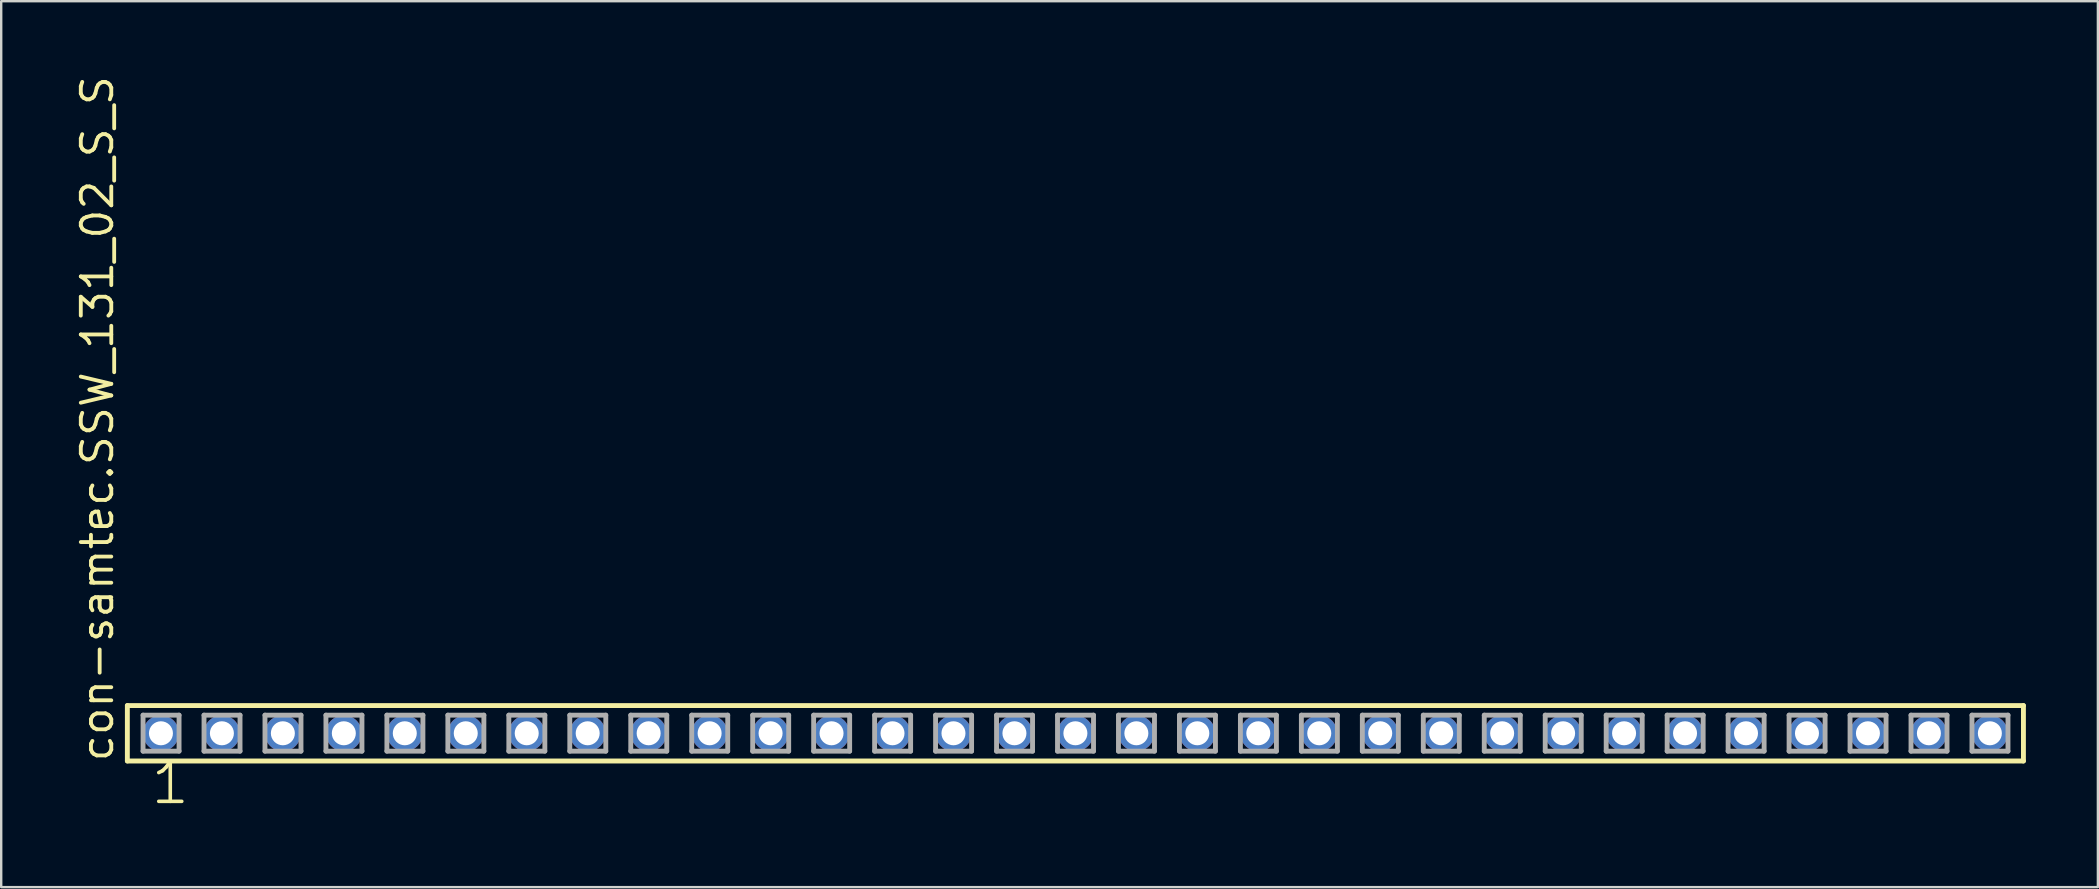
<source format=kicad_pcb>
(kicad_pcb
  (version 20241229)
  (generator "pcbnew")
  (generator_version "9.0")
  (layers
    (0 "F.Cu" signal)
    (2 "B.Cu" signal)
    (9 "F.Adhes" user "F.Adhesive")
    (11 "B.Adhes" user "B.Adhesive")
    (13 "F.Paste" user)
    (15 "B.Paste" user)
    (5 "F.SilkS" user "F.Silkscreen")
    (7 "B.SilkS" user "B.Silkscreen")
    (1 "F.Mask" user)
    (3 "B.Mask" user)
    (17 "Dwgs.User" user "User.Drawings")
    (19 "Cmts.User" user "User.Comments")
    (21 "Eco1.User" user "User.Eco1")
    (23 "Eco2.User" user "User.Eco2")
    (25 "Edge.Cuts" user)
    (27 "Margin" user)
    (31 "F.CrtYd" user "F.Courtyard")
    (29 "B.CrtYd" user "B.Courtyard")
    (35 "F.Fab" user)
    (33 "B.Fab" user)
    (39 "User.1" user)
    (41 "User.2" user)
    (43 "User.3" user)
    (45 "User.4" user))
  (footprint "con-samtec.SSW_131_02_S_S"
    (layer "F.Cu")
    (at 64.615 27.501)
    (property "Reference" "con-samtec.SSW_131_02_S_S" (at -62.865 1.27 90) (layer "F.SilkS") (effects (font (size 1.27 1.27) (thickness 0.16)) (justify left bottom)))
    (attr through_hole)
    (fp_line (start -62.359 -1.155) (end 16.639 -1.155) (stroke (width 0.203) (type default)) (layer "F.SilkS"))
    (fp_line (start -62.359 1.155) (end -62.359 -1.155) (stroke (width 0.203) (type default)) (layer "F.SilkS"))
    (fp_line (start 16.639 -1.155) (end 16.639 1.155) (stroke (width 0.203) (type default)) (layer "F.SilkS"))
    (fp_line (start 16.639 1.155) (end -62.359 1.155) (stroke (width 0.203) (type default)) (layer "F.SilkS"))
    (fp_line (start -61.705 -0.755) (end -60.205 -0.755) (stroke (width 0.203) (type default)) (layer "F.Fab"))
    (fp_line (start -61.705 0.745) (end -61.705 -0.755) (stroke (width 0.203) (type default)) (layer "F.Fab"))
    (fp_line (start -60.205 -0.755) (end -60.205 0.745) (stroke (width 0.203) (type default)) (layer "F.Fab"))
    (fp_line (start -60.205 0.745) (end -61.705 0.745) (stroke (width 0.203) (type default)) (layer "F.Fab"))
    (fp_line (start -59.165 -0.755) (end -57.665 -0.755) (stroke (width 0.203) (type default)) (layer "F.Fab"))
    (fp_line (start -59.165 0.745) (end -59.165 -0.755) (stroke (width 0.203) (type default)) (layer "F.Fab"))
    (fp_line (start -57.665 -0.755) (end -57.665 0.745) (stroke (width 0.203) (type default)) (layer "F.Fab"))
    (fp_line (start -57.665 0.745) (end -59.165 0.745) (stroke (width 0.203) (type default)) (layer "F.Fab"))
    (fp_line (start -56.625 -0.755) (end -55.125 -0.755) (stroke (width 0.203) (type default)) (layer "F.Fab"))
    (fp_line (start -56.625 0.745) (end -56.625 -0.755) (stroke (width 0.203) (type default)) (layer "F.Fab"))
    (fp_line (start -55.125 -0.755) (end -55.125 0.745) (stroke (width 0.203) (type default)) (layer "F.Fab"))
    (fp_line (start -55.125 0.745) (end -56.625 0.745) (stroke (width 0.203) (type default)) (layer "F.Fab"))
    (fp_line (start -54.085 -0.755) (end -52.585 -0.755) (stroke (width 0.203) (type default)) (layer "F.Fab"))
    (fp_line (start -54.085 0.745) (end -54.085 -0.755) (stroke (width 0.203) (type default)) (layer "F.Fab"))
    (fp_line (start -52.585 -0.755) (end -52.585 0.745) (stroke (width 0.203) (type default)) (layer "F.Fab"))
    (fp_line (start -52.585 0.745) (end -54.085 0.745) (stroke (width 0.203) (type default)) (layer "F.Fab"))
    (fp_line (start -51.545 -0.755) (end -50.045 -0.755) (stroke (width 0.203) (type default)) (layer "F.Fab"))
    (fp_line (start -51.545 0.745) (end -51.545 -0.755) (stroke (width 0.203) (type default)) (layer "F.Fab"))
    (fp_line (start -50.045 -0.755) (end -50.045 0.745) (stroke (width 0.203) (type default)) (layer "F.Fab"))
    (fp_line (start -50.045 0.745) (end -51.545 0.745) (stroke (width 0.203) (type default)) (layer "F.Fab"))
    (fp_line (start -49.005 -0.755) (end -47.505 -0.755) (stroke (width 0.203) (type default)) (layer "F.Fab"))
    (fp_line (start -49.005 0.745) (end -49.005 -0.755) (stroke (width 0.203) (type default)) (layer "F.Fab"))
    (fp_line (start -47.505 -0.755) (end -47.505 0.745) (stroke (width 0.203) (type default)) (layer "F.Fab"))
    (fp_line (start -47.505 0.745) (end -49.005 0.745) (stroke (width 0.203) (type default)) (layer "F.Fab"))
    (fp_line (start -46.465 -0.755) (end -44.965 -0.755) (stroke (width 0.203) (type default)) (layer "F.Fab"))
    (fp_line (start -46.465 0.745) (end -46.465 -0.755) (stroke (width 0.203) (type default)) (layer "F.Fab"))
    (fp_line (start -44.965 -0.755) (end -44.965 0.745) (stroke (width 0.203) (type default)) (layer "F.Fab"))
    (fp_line (start -44.965 0.745) (end -46.465 0.745) (stroke (width 0.203) (type default)) (layer "F.Fab"))
    (fp_line (start -43.925 -0.755) (end -42.425 -0.755) (stroke (width 0.203) (type default)) (layer "F.Fab"))
    (fp_line (start -43.925 0.745) (end -43.925 -0.755) (stroke (width 0.203) (type default)) (layer "F.Fab"))
    (fp_line (start -42.425 -0.755) (end -42.425 0.745) (stroke (width 0.203) (type default)) (layer "F.Fab"))
    (fp_line (start -42.425 0.745) (end -43.925 0.745) (stroke (width 0.203) (type default)) (layer "F.Fab"))
    (fp_line (start -41.385 -0.755) (end -39.885 -0.755) (stroke (width 0.203) (type default)) (layer "F.Fab"))
    (fp_line (start -41.385 0.745) (end -41.385 -0.755) (stroke (width 0.203) (type default)) (layer "F.Fab"))
    (fp_line (start -39.885 -0.755) (end -39.885 0.745) (stroke (width 0.203) (type default)) (layer "F.Fab"))
    (fp_line (start -39.885 0.745) (end -41.385 0.745) (stroke (width 0.203) (type default)) (layer "F.Fab"))
    (fp_line (start -38.845 -0.755) (end -37.345 -0.755) (stroke (width 0.203) (type default)) (layer "F.Fab"))
    (fp_line (start -38.845 0.745) (end -38.845 -0.755) (stroke (width 0.203) (type default)) (layer "F.Fab"))
    (fp_line (start -37.345 -0.755) (end -37.345 0.745) (stroke (width 0.203) (type default)) (layer "F.Fab"))
    (fp_line (start -37.345 0.745) (end -38.845 0.745) (stroke (width 0.203) (type default)) (layer "F.Fab"))
    (fp_line (start -36.305 -0.755) (end -34.805 -0.755) (stroke (width 0.203) (type default)) (layer "F.Fab"))
    (fp_line (start -36.305 0.745) (end -36.305 -0.755) (stroke (width 0.203) (type default)) (layer "F.Fab"))
    (fp_line (start -34.805 -0.755) (end -34.805 0.745) (stroke (width 0.203) (type default)) (layer "F.Fab"))
    (fp_line (start -34.805 0.745) (end -36.305 0.745) (stroke (width 0.203) (type default)) (layer "F.Fab"))
    (fp_line (start -33.765 -0.755) (end -32.265 -0.755) (stroke (width 0.203) (type default)) (layer "F.Fab"))
    (fp_line (start -33.765 0.745) (end -33.765 -0.755) (stroke (width 0.203) (type default)) (layer "F.Fab"))
    (fp_line (start -32.265 -0.755) (end -32.265 0.745) (stroke (width 0.203) (type default)) (layer "F.Fab"))
    (fp_line (start -32.265 0.745) (end -33.765 0.745) (stroke (width 0.203) (type default)) (layer "F.Fab"))
    (fp_line (start -31.225 -0.755) (end -29.725 -0.755) (stroke (width 0.203) (type default)) (layer "F.Fab"))
    (fp_line (start -31.225 0.745) (end -31.225 -0.755) (stroke (width 0.203) (type default)) (layer "F.Fab"))
    (fp_line (start -29.725 -0.755) (end -29.725 0.745) (stroke (width 0.203) (type default)) (layer "F.Fab"))
    (fp_line (start -29.725 0.745) (end -31.225 0.745) (stroke (width 0.203) (type default)) (layer "F.Fab"))
    (fp_line (start -28.685 -0.755) (end -27.185 -0.755) (stroke (width 0.203) (type default)) (layer "F.Fab"))
    (fp_line (start -28.685 0.745) (end -28.685 -0.755) (stroke (width 0.203) (type default)) (layer "F.Fab"))
    (fp_line (start -27.185 -0.755) (end -27.185 0.745) (stroke (width 0.203) (type default)) (layer "F.Fab"))
    (fp_line (start -27.185 0.745) (end -28.685 0.745) (stroke (width 0.203) (type default)) (layer "F.Fab"))
    (fp_line (start -26.145 -0.755) (end -24.645 -0.755) (stroke (width 0.203) (type default)) (layer "F.Fab"))
    (fp_line (start -26.145 0.745) (end -26.145 -0.755) (stroke (width 0.203) (type default)) (layer "F.Fab"))
    (fp_line (start -24.645 -0.755) (end -24.645 0.745) (stroke (width 0.203) (type default)) (layer "F.Fab"))
    (fp_line (start -24.645 0.745) (end -26.145 0.745) (stroke (width 0.203) (type default)) (layer "F.Fab"))
    (fp_line (start -23.605 -0.755) (end -22.105 -0.755) (stroke (width 0.203) (type default)) (layer "F.Fab"))
    (fp_line (start -23.605 0.745) (end -23.605 -0.755) (stroke (width 0.203) (type default)) (layer "F.Fab"))
    (fp_line (start -22.105 -0.755) (end -22.105 0.745) (stroke (width 0.203) (type default)) (layer "F.Fab"))
    (fp_line (start -22.105 0.745) (end -23.605 0.745) (stroke (width 0.203) (type default)) (layer "F.Fab"))
    (fp_line (start -21.065 -0.755) (end -19.565 -0.755) (stroke (width 0.203) (type default)) (layer "F.Fab"))
    (fp_line (start -21.065 0.745) (end -21.065 -0.755) (stroke (width 0.203) (type default)) (layer "F.Fab"))
    (fp_line (start -19.565 -0.755) (end -19.565 0.745) (stroke (width 0.203) (type default)) (layer "F.Fab"))
    (fp_line (start -19.565 0.745) (end -21.065 0.745) (stroke (width 0.203) (type default)) (layer "F.Fab"))
    (fp_line (start -18.525 -0.755) (end -17.025 -0.755) (stroke (width 0.203) (type default)) (layer "F.Fab"))
    (fp_line (start -18.525 0.745) (end -18.525 -0.755) (stroke (width 0.203) (type default)) (layer "F.Fab"))
    (fp_line (start -17.025 -0.755) (end -17.025 0.745) (stroke (width 0.203) (type default)) (layer "F.Fab"))
    (fp_line (start -17.025 0.745) (end -18.525 0.745) (stroke (width 0.203) (type default)) (layer "F.Fab"))
    (fp_line (start -15.985 -0.755) (end -14.485 -0.755) (stroke (width 0.203) (type default)) (layer "F.Fab"))
    (fp_line (start -15.985 0.745) (end -15.985 -0.755) (stroke (width 0.203) (type default)) (layer "F.Fab"))
    (fp_line (start -14.485 -0.755) (end -14.485 0.745) (stroke (width 0.203) (type default)) (layer "F.Fab"))
    (fp_line (start -14.485 0.745) (end -15.985 0.745) (stroke (width 0.203) (type default)) (layer "F.Fab"))
    (fp_line (start -13.445 -0.755) (end -11.945 -0.755) (stroke (width 0.203) (type default)) (layer "F.Fab"))
    (fp_line (start -13.445 0.745) (end -13.445 -0.755) (stroke (width 0.203) (type default)) (layer "F.Fab"))
    (fp_line (start -11.945 -0.755) (end -11.945 0.745) (stroke (width 0.203) (type default)) (layer "F.Fab"))
    (fp_line (start -11.945 0.745) (end -13.445 0.745) (stroke (width 0.203) (type default)) (layer "F.Fab"))
    (fp_line (start -10.905 -0.755) (end -9.405 -0.755) (stroke (width 0.203) (type default)) (layer "F.Fab"))
    (fp_line (start -10.905 0.745) (end -10.905 -0.755) (stroke (width 0.203) (type default)) (layer "F.Fab"))
    (fp_line (start -9.405 -0.755) (end -9.405 0.745) (stroke (width 0.203) (type default)) (layer "F.Fab"))
    (fp_line (start -9.405 0.745) (end -10.905 0.745) (stroke (width 0.203) (type default)) (layer "F.Fab"))
    (fp_line (start -8.365 -0.755) (end -6.865 -0.755) (stroke (width 0.203) (type default)) (layer "F.Fab"))
    (fp_line (start -8.365 0.745) (end -8.365 -0.755) (stroke (width 0.203) (type default)) (layer "F.Fab"))
    (fp_line (start -6.865 -0.755) (end -6.865 0.745) (stroke (width 0.203) (type default)) (layer "F.Fab"))
    (fp_line (start -6.865 0.745) (end -8.365 0.745) (stroke (width 0.203) (type default)) (layer "F.Fab"))
    (fp_line (start -5.825 -0.755) (end -4.325 -0.755) (stroke (width 0.203) (type default)) (layer "F.Fab"))
    (fp_line (start -5.825 0.745) (end -5.825 -0.755) (stroke (width 0.203) (type default)) (layer "F.Fab"))
    (fp_line (start -4.325 -0.755) (end -4.325 0.745) (stroke (width 0.203) (type default)) (layer "F.Fab"))
    (fp_line (start -4.325 0.745) (end -5.825 0.745) (stroke (width 0.203) (type default)) (layer "F.Fab"))
    (fp_line (start -3.285 -0.755) (end -1.785 -0.755) (stroke (width 0.203) (type default)) (layer "F.Fab"))
    (fp_line (start -3.285 0.745) (end -3.285 -0.755) (stroke (width 0.203) (type default)) (layer "F.Fab"))
    (fp_line (start -1.785 -0.755) (end -1.785 0.745) (stroke (width 0.203) (type default)) (layer "F.Fab"))
    (fp_line (start -1.785 0.745) (end -3.285 0.745) (stroke (width 0.203) (type default)) (layer "F.Fab"))
    (fp_line (start -0.745 -0.755) (end 0.755 -0.755) (stroke (width 0.203) (type default)) (layer "F.Fab"))
    (fp_line (start -0.745 0.745) (end -0.745 -0.755) (stroke (width 0.203) (type default)) (layer "F.Fab"))
    (fp_line (start 0.755 -0.755) (end 0.755 0.745) (stroke (width 0.203) (type default)) (layer "F.Fab"))
    (fp_line (start 0.755 0.745) (end -0.745 0.745) (stroke (width 0.203) (type default)) (layer "F.Fab"))
    (fp_line (start 1.795 -0.755) (end 3.295 -0.755) (stroke (width 0.203) (type default)) (layer "F.Fab"))
    (fp_line (start 1.795 0.745) (end 1.795 -0.755) (stroke (width 0.203) (type default)) (layer "F.Fab"))
    (fp_line (start 3.295 -0.755) (end 3.295 0.745) (stroke (width 0.203) (type default)) (layer "F.Fab"))
    (fp_line (start 3.295 0.745) (end 1.795 0.745) (stroke (width 0.203) (type default)) (layer "F.Fab"))
    (fp_line (start 4.335 -0.755) (end 5.835 -0.755) (stroke (width 0.203) (type default)) (layer "F.Fab"))
    (fp_line (start 4.335 0.745) (end 4.335 -0.755) (stroke (width 0.203) (type default)) (layer "F.Fab"))
    (fp_line (start 5.835 -0.755) (end 5.835 0.745) (stroke (width 0.203) (type default)) (layer "F.Fab"))
    (fp_line (start 5.835 0.745) (end 4.335 0.745) (stroke (width 0.203) (type default)) (layer "F.Fab"))
    (fp_line (start 6.875 -0.755) (end 8.375 -0.755) (stroke (width 0.203) (type default)) (layer "F.Fab"))
    (fp_line (start 6.875 0.745) (end 6.875 -0.755) (stroke (width 0.203) (type default)) (layer "F.Fab"))
    (fp_line (start 8.375 -0.755) (end 8.375 0.745) (stroke (width 0.203) (type default)) (layer "F.Fab"))
    (fp_line (start 8.375 0.745) (end 6.875 0.745) (stroke (width 0.203) (type default)) (layer "F.Fab"))
    (fp_line (start 9.415 -0.755) (end 10.915 -0.755) (stroke (width 0.203) (type default)) (layer "F.Fab"))
    (fp_line (start 9.415 0.745) (end 9.415 -0.755) (stroke (width 0.203) (type default)) (layer "F.Fab"))
    (fp_line (start 10.915 -0.755) (end 10.915 0.745) (stroke (width 0.203) (type default)) (layer "F.Fab"))
    (fp_line (start 10.915 0.745) (end 9.415 0.745) (stroke (width 0.203) (type default)) (layer "F.Fab"))
    (fp_line (start 11.955 -0.755) (end 13.455 -0.755) (stroke (width 0.203) (type default)) (layer "F.Fab"))
    (fp_line (start 11.955 0.745) (end 11.955 -0.755) (stroke (width 0.203) (type default)) (layer "F.Fab"))
    (fp_line (start 13.455 -0.755) (end 13.455 0.745) (stroke (width 0.203) (type default)) (layer "F.Fab"))
    (fp_line (start 13.455 0.745) (end 11.955 0.745) (stroke (width 0.203) (type default)) (layer "F.Fab"))
    (fp_line (start 14.495 -0.755) (end 15.995 -0.755) (stroke (width 0.203) (type default)) (layer "F.Fab"))
    (fp_line (start 14.495 0.745) (end 14.495 -0.755) (stroke (width 0.203) (type default)) (layer "F.Fab"))
    (fp_line (start 15.995 -0.755) (end 15.995 0.745) (stroke (width 0.203) (type default)) (layer "F.Fab"))
    (fp_line (start 15.995 0.745) (end 14.495 0.745) (stroke (width 0.203) (type default)) (layer "F.Fab"))
    (fp_text user "1" (at -61.468 3.048 0) (layer "F.SilkS") (effects (font (size 1.676 1.676) (thickness 0.15)) (justify left bottom)))
    (pad "1" thru_hole circle (at -60.96 0) (size 1.5 1.5) (drill 1) (layers "*.Cu" "*.Mask"))
    (pad "2" thru_hole circle (at -58.42 0) (size 1.5 1.5) (drill 1) (layers "*.Cu" "*.Mask"))
    (pad "3" thru_hole circle (at -55.88 0) (size 1.5 1.5) (drill 1) (layers "*.Cu" "*.Mask"))
    (pad "4" thru_hole circle (at -53.34 0) (size 1.5 1.5) (drill 1) (layers "*.Cu" "*.Mask"))
    (pad "5" thru_hole circle (at -50.8 0) (size 1.5 1.5) (drill 1) (layers "*.Cu" "*.Mask"))
    (pad "6" thru_hole circle (at -48.26 0) (size 1.5 1.5) (drill 1) (layers "*.Cu" "*.Mask"))
    (pad "7" thru_hole circle (at -45.72 0) (size 1.5 1.5) (drill 1) (layers "*.Cu" "*.Mask"))
    (pad "8" thru_hole circle (at -43.18 0) (size 1.5 1.5) (drill 1) (layers "*.Cu" "*.Mask"))
    (pad "9" thru_hole circle (at -40.64 0) (size 1.5 1.5) (drill 1) (layers "*.Cu" "*.Mask"))
    (pad "10" thru_hole circle (at -38.1 0) (size 1.5 1.5) (drill 1) (layers "*.Cu" "*.Mask"))
    (pad "11" thru_hole circle (at -35.56 0) (size 1.5 1.5) (drill 1) (layers "*.Cu" "*.Mask"))
    (pad "12" thru_hole circle (at -33.02 0) (size 1.5 1.5) (drill 1) (layers "*.Cu" "*.Mask"))
    (pad "13" thru_hole circle (at -30.48 0) (size 1.5 1.5) (drill 1) (layers "*.Cu" "*.Mask"))
    (pad "14" thru_hole circle (at -27.94 0) (size 1.5 1.5) (drill 1) (layers "*.Cu" "*.Mask"))
    (pad "15" thru_hole circle (at -25.4 0) (size 1.5 1.5) (drill 1) (layers "*.Cu" "*.Mask"))
    (pad "16" thru_hole circle (at -22.86 0) (size 1.5 1.5) (drill 1) (layers "*.Cu" "*.Mask"))
    (pad "17" thru_hole circle (at -20.32 0) (size 1.5 1.5) (drill 1) (layers "*.Cu" "*.Mask"))
    (pad "18" thru_hole circle (at -17.78 0) (size 1.5 1.5) (drill 1) (layers "*.Cu" "*.Mask"))
    (pad "19" thru_hole circle (at -15.24 0) (size 1.5 1.5) (drill 1) (layers "*.Cu" "*.Mask"))
    (pad "20" thru_hole circle (at -12.7 0) (size 1.5 1.5) (drill 1) (layers "*.Cu" "*.Mask"))
    (pad "21" thru_hole circle (at -10.16 0) (size 1.5 1.5) (drill 1) (layers "*.Cu" "*.Mask"))
    (pad "22" thru_hole circle (at -7.62 0) (size 1.5 1.5) (drill 1) (layers "*.Cu" "*.Mask"))
    (pad "23" thru_hole circle (at -5.08 0) (size 1.5 1.5) (drill 1) (layers "*.Cu" "*.Mask"))
    (pad "24" thru_hole circle (at -2.54 0) (size 1.5 1.5) (drill 1) (layers "*.Cu" "*.Mask"))
    (pad "25" thru_hole circle (at 0 0) (size 1.5 1.5) (drill 1) (layers "*.Cu" "*.Mask"))
    (pad "26" thru_hole circle (at 2.54 0) (size 1.5 1.5) (drill 1) (layers "*.Cu" "*.Mask"))
    (pad "27" thru_hole circle (at 5.08 0) (size 1.5 1.5) (drill 1) (layers "*.Cu" "*.Mask"))
    (pad "28" thru_hole circle (at 7.62 0) (size 1.5 1.5) (drill 1) (layers "*.Cu" "*.Mask"))
    (pad "29" thru_hole circle (at 10.16 0) (size 1.5 1.5) (drill 1) (layers "*.Cu" "*.Mask"))
    (pad "30" thru_hole circle (at 12.7 0) (size 1.5 1.5) (drill 1) (layers "*.Cu" "*.Mask"))
    (pad "31" thru_hole circle (at 15.24 0) (size 1.5 1.5) (drill 1) (layers "*.Cu" "*.Mask")))
  (gr_rect
    (start -3 -3)
    (end 84.356 33.91)
    (stroke (width 0.1) (type default))
    (fill no)
    (layer "Edge.Cuts")))
</source>
